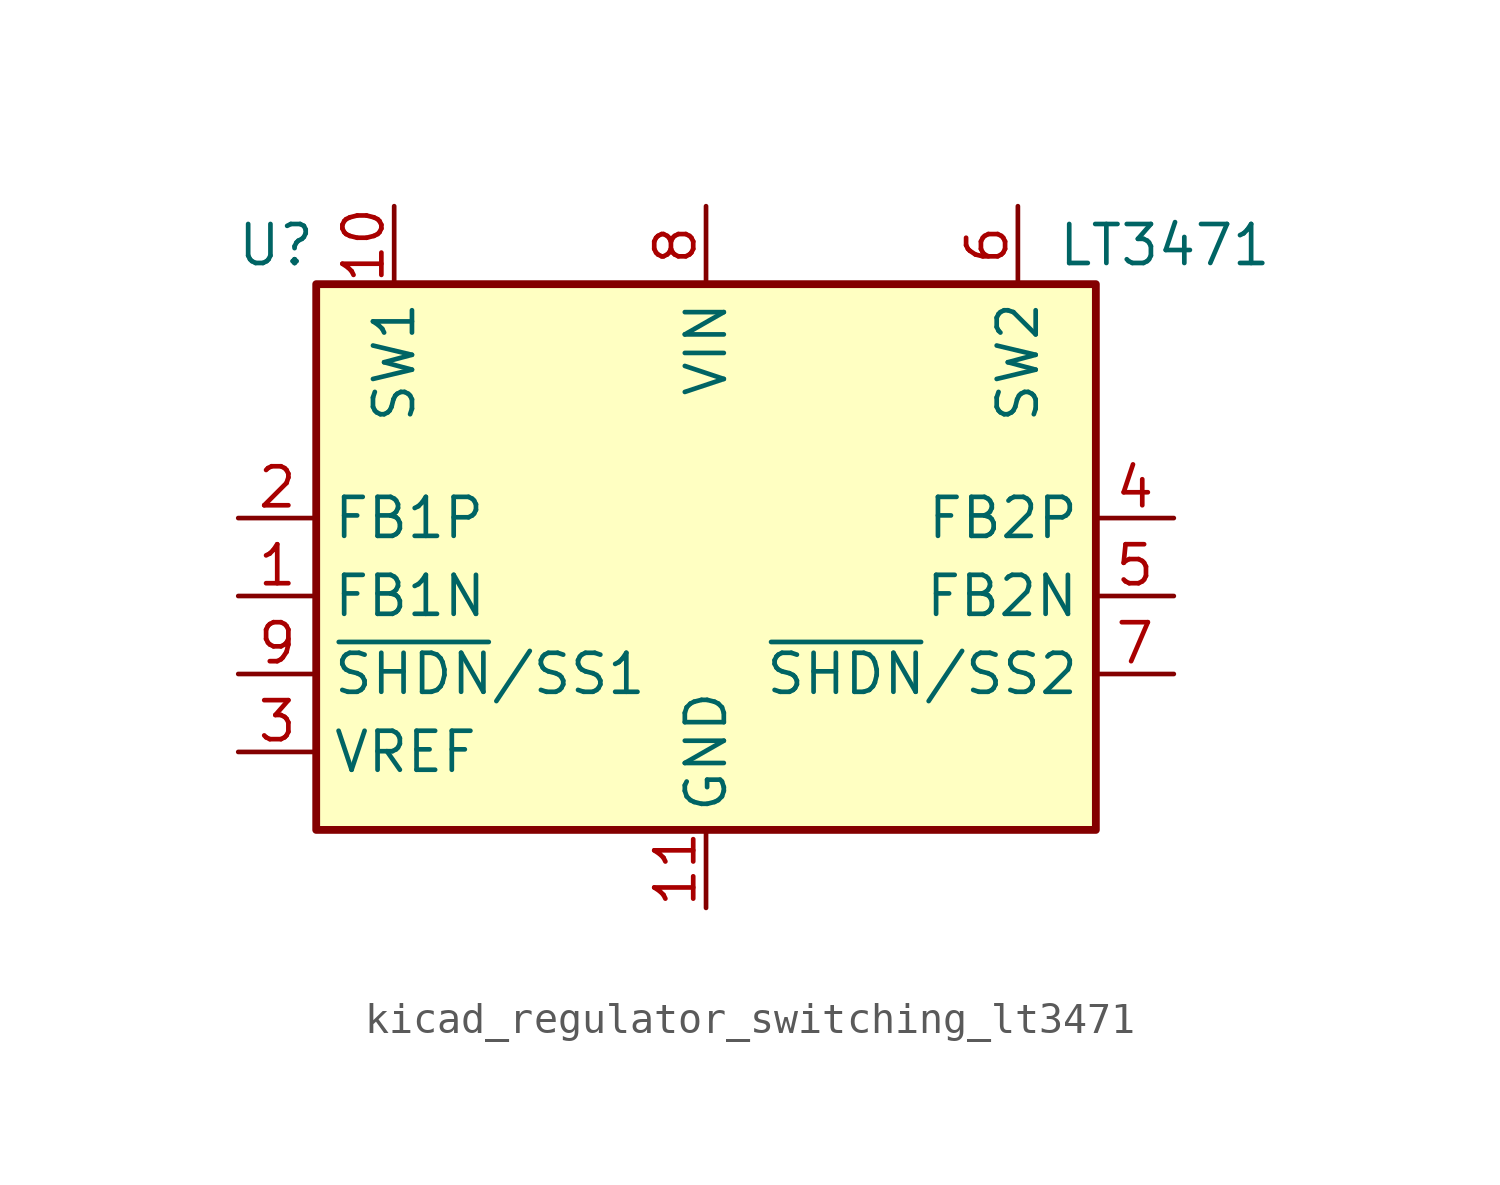
<source format=kicad_sym>
(kicad_symbol_lib
  (version 20220914)
  (generator kicad_symbol_editor)
  (symbol "kicad_regulator_switching_lt3471"
    (property "Reference" "U"
      (at -12.7 11.43 0)
      (effects (font (size 1.27 1.27)) (justify right)))
    (property "Value" "LT3471"
      (at 11.43 11.43 0)
      (effects (font (size 1.27 1.27)) (justify left)))
    (symbol "kicad_regulator_switching_lt3471_0_1"
      (rectangle (start -12.7 10.16) (end 12.7 -7.62) (stroke (width 0.254) (type default)) (fill (type background))))
    (symbol "kicad_regulator_switching_lt3471_1_1"
      (pin input line (at -15.24 0 0) (length 2.54) (name "FB1N" (effects (font (size 1.27 1.27)))) (number "1" (effects (font (size 1.27 1.27)))))
      (pin passive line (at -10.16 12.7 270) (length 2.54) (name "SW1" (effects (font (size 1.27 1.27)))) (number "10" (effects (font (size 1.27 1.27)))))
      (pin power_in line (at 0 -10.16 90) (length 2.54) (name "GND" (effects (font (size 1.27 1.27)))) (number "11" (effects (font (size 1.27 1.27)))))
      (pin input line (at -15.24 2.54 0) (length 2.54) (name "FB1P" (effects (font (size 1.27 1.27)))) (number "2" (effects (font (size 1.27 1.27)))))
      (pin power_out line (at -15.24 -5.08 0) (length 2.54) (name "VREF" (effects (font (size 1.27 1.27)))) (number "3" (effects (font (size 1.27 1.27)))))
      (pin input line (at 15.24 2.54 180) (length 2.54) (name "FB2P" (effects (font (size 1.27 1.27)))) (number "4" (effects (font (size 1.27 1.27)))))
      (pin input line (at 15.24 0 180) (length 2.54) (name "FB2N" (effects (font (size 1.27 1.27)))) (number "5" (effects (font (size 1.27 1.27)))))
      (pin passive line (at 10.16 12.7 270) (length 2.54) (name "SW2" (effects (font (size 1.27 1.27)))) (number "6" (effects (font (size 1.27 1.27)))))
      (pin input line (at 15.24 -2.54 180) (length 2.54) (name "~{SHDN}/SS2" (effects (font (size 1.27 1.27)))) (number "7" (effects (font (size 1.27 1.27)))))
      (pin power_in line (at 0 12.7 270) (length 2.54) (name "VIN" (effects (font (size 1.27 1.27)))) (number "8" (effects (font (size 1.27 1.27)))))
      (pin input line (at -15.24 -2.54 0) (length 2.54) (name "~{SHDN}/SS1" (effects (font (size 1.27 1.27)))) (number "9" (effects (font (size 1.27 1.27))))))))
</source>
